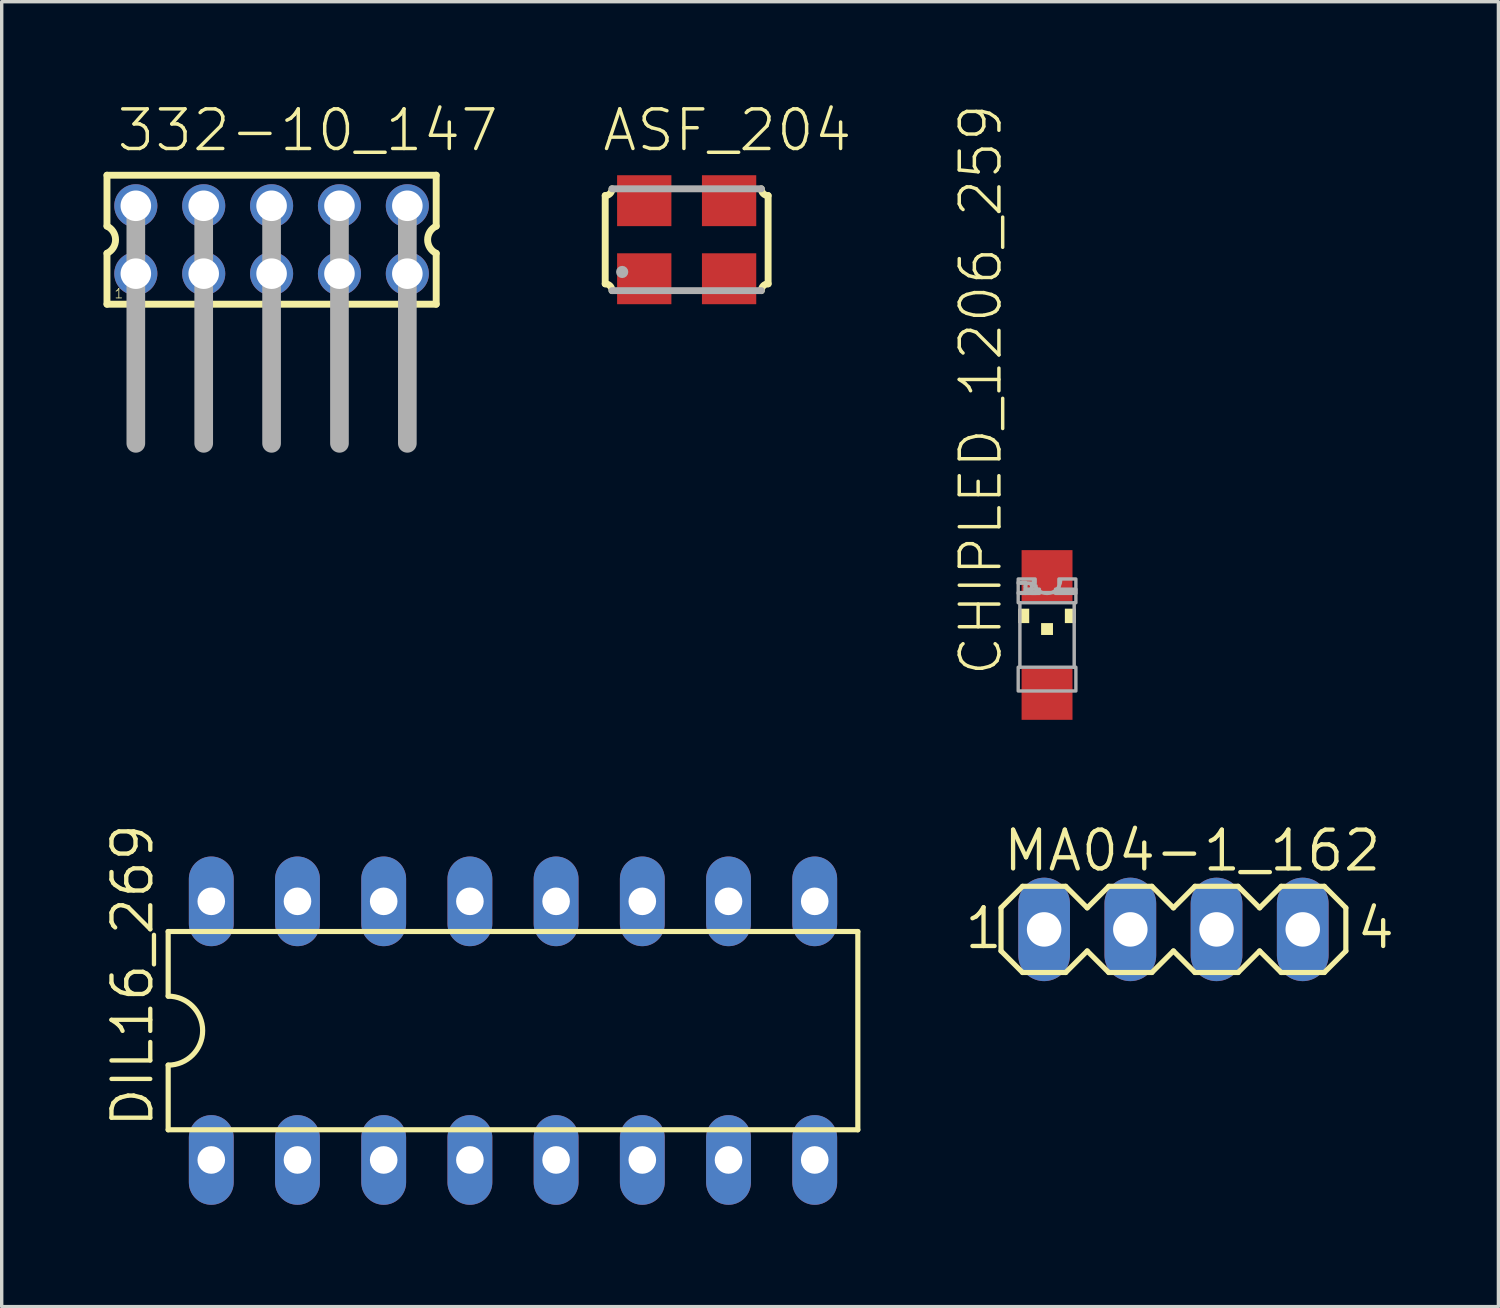
<source format=kicad_pcb>
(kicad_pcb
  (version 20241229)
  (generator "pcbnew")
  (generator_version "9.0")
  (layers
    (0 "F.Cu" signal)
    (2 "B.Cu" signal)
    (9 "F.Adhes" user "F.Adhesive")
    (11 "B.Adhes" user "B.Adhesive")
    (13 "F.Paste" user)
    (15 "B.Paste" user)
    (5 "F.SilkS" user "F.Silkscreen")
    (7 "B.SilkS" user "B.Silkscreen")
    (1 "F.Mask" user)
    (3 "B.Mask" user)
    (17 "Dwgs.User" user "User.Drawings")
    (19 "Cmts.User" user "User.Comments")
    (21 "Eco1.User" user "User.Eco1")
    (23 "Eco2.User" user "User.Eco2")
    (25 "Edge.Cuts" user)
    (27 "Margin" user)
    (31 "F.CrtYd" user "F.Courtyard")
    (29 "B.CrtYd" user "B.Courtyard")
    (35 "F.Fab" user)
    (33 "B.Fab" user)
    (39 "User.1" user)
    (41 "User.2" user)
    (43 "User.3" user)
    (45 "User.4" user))
  (footprint "DIL16_269"
    (layer "F.Cu")
    (at 12.065 27.317)
    (property "Reference" "DIL16_269" (at -10.541 2.921 90) (unlocked yes) (layer "F.SilkS") (effects (font (size 1.143 1.143) (thickness 0.127)) (justify left bottom)))
    (fp_line (start -10.16 -2.921) (end -10.16 -1.016) (stroke (width 0.152) (type solid)) (layer "F.SilkS"))
    (fp_line (start -10.16 2.921) (end -10.16 1.016) (stroke (width 0.152) (type solid)) (layer "F.SilkS"))
    (fp_line (start -10.16 2.921) (end 10.16 2.921) (stroke (width 0.152) (type solid)) (layer "F.SilkS"))
    (fp_line (start 10.16 -2.921) (end -10.16 -2.921) (stroke (width 0.152) (type solid)) (layer "F.SilkS"))
    (fp_line (start 10.16 -2.921) (end 10.16 2.921) (stroke (width 0.152) (type solid)) (layer "F.SilkS"))
    (fp_arc (start -10.16 -1.016) (mid -9.144 0) (end -10.16 1.016) (stroke (width 0.1524) (type solid)) (layer "F.SilkS"))
    (pad "1" thru_hole oval (at -8.89 3.81 90) (size 2.642 1.321) (drill 0.813) (layers "*.Cu" "*.Mask"))
    (pad "2" thru_hole oval (at -6.35 3.81 90) (size 2.642 1.321) (drill 0.813) (layers "*.Cu" "*.Mask"))
    (pad "3" thru_hole oval (at -3.81 3.81 90) (size 2.642 1.321) (drill 0.813) (layers "*.Cu" "*.Mask"))
    (pad "4" thru_hole oval (at -1.27 3.81 90) (size 2.642 1.321) (drill 0.813) (layers "*.Cu" "*.Mask"))
    (pad "5" thru_hole oval (at 1.27 3.81 90) (size 2.642 1.321) (drill 0.813) (layers "*.Cu" "*.Mask"))
    (pad "6" thru_hole oval (at 3.81 3.81 90) (size 2.642 1.321) (drill 0.813) (layers "*.Cu" "*.Mask"))
    (pad "7" thru_hole oval (at 6.35 3.81 90) (size 2.642 1.321) (drill 0.813) (layers "*.Cu" "*.Mask"))
    (pad "8" thru_hole oval (at 8.89 3.81 90) (size 2.642 1.321) (drill 0.813) (layers "*.Cu" "*.Mask"))
    (pad "9" thru_hole oval (at 8.89 -3.81 90) (size 2.642 1.321) (drill 0.813) (layers "*.Cu" "*.Mask"))
    (pad "10" thru_hole oval (at 6.35 -3.81 90) (size 2.642 1.321) (drill 0.813) (layers "*.Cu" "*.Mask"))
    (pad "11" thru_hole oval (at 3.81 -3.81 90) (size 2.642 1.321) (drill 0.813) (layers "*.Cu" "*.Mask"))
    (pad "12" thru_hole oval (at 1.27 -3.81 90) (size 2.642 1.321) (drill 0.813) (layers "*.Cu" "*.Mask"))
    (pad "13" thru_hole oval (at -1.27 -3.81 90) (size 2.642 1.321) (drill 0.813) (layers "*.Cu" "*.Mask"))
    (pad "14" thru_hole oval (at -3.81 -3.81 90) (size 2.642 1.321) (drill 0.813) (layers "*.Cu" "*.Mask"))
    (pad "15" thru_hole oval (at -6.35 -3.81 90) (size 2.642 1.321) (drill 0.813) (layers "*.Cu" "*.Mask"))
    (pad "16" thru_hole oval (at -8.89 -3.81 90) (size 2.642 1.321) (drill 0.813) (layers "*.Cu" "*.Mask")))
  (footprint "MA04-1_162"
    (layer "F.Cu")
    (at 31.524 24.334)
    (property "Reference" "MA04-1_162" (at -5.08 -1.651 0) (unlocked yes) (layer "F.SilkS") (effects (font (size 1.143 1.143) (thickness 0.127)) (justify left bottom)))
    (fp_line (start -5.08 -0.635) (end -5.08 0.635) (stroke (width 0.152) (type solid)) (layer "F.SilkS"))
    (fp_line (start -5.08 0.635) (end -4.445 1.27) (stroke (width 0.152) (type solid)) (layer "F.SilkS"))
    (fp_line (start -4.445 -1.27) (end -5.08 -0.635) (stroke (width 0.152) (type solid)) (layer "F.SilkS"))
    (fp_line (start -4.445 -1.27) (end -3.175 -1.27) (stroke (width 0.152) (type solid)) (layer "F.SilkS"))
    (fp_line (start -3.175 -1.27) (end -2.54 -0.635) (stroke (width 0.152) (type solid)) (layer "F.SilkS"))
    (fp_line (start -3.175 1.27) (end -4.445 1.27) (stroke (width 0.152) (type solid)) (layer "F.SilkS"))
    (fp_line (start -2.54 -0.635) (end -1.905 -1.27) (stroke (width 0.152) (type solid)) (layer "F.SilkS"))
    (fp_line (start -2.54 0.635) (end -3.175 1.27) (stroke (width 0.152) (type solid)) (layer "F.SilkS"))
    (fp_line (start -1.905 -1.27) (end -0.635 -1.27) (stroke (width 0.152) (type solid)) (layer "F.SilkS"))
    (fp_line (start -1.905 1.27) (end -2.54 0.635) (stroke (width 0.152) (type solid)) (layer "F.SilkS"))
    (fp_line (start -0.635 -1.27) (end 0 -0.635) (stroke (width 0.152) (type solid)) (layer "F.SilkS"))
    (fp_line (start -0.635 1.27) (end -1.905 1.27) (stroke (width 0.152) (type solid)) (layer "F.SilkS"))
    (fp_line (start 0 -0.635) (end 0.635 -1.27) (stroke (width 0.152) (type solid)) (layer "F.SilkS"))
    (fp_line (start 0 0.635) (end -0.635 1.27) (stroke (width 0.152) (type solid)) (layer "F.SilkS"))
    (fp_line (start 0.635 -1.27) (end 1.905 -1.27) (stroke (width 0.152) (type solid)) (layer "F.SilkS"))
    (fp_line (start 0.635 1.27) (end 0 0.635) (stroke (width 0.152) (type solid)) (layer "F.SilkS"))
    (fp_line (start 1.905 -1.27) (end 2.54 -0.635) (stroke (width 0.152) (type solid)) (layer "F.SilkS"))
    (fp_line (start 1.905 1.27) (end 0.635 1.27) (stroke (width 0.152) (type solid)) (layer "F.SilkS"))
    (fp_line (start 2.54 0.635) (end 1.905 1.27) (stroke (width 0.152) (type solid)) (layer "F.SilkS"))
    (fp_line (start 2.54 0.635) (end 3.175 1.27) (stroke (width 0.152) (type solid)) (layer "F.SilkS"))
    (fp_line (start 3.175 -1.27) (end 2.54 -0.635) (stroke (width 0.152) (type solid)) (layer "F.SilkS"))
    (fp_line (start 3.175 -1.27) (end 4.445 -1.27) (stroke (width 0.152) (type solid)) (layer "F.SilkS"))
    (fp_line (start 4.445 -1.27) (end 5.08 -0.635) (stroke (width 0.152) (type solid)) (layer "F.SilkS"))
    (fp_line (start 4.445 1.27) (end 3.175 1.27) (stroke (width 0.152) (type solid)) (layer "F.SilkS"))
    (fp_line (start 5.08 -0.635) (end 5.08 0.635) (stroke (width 0.152) (type solid)) (layer "F.SilkS"))
    (fp_line (start 5.08 0.635) (end 4.445 1.27) (stroke (width 0.152) (type solid)) (layer "F.SilkS"))
    (fp_poly (pts (xy -4.064 0.254) (xy -3.556 0.254) (xy -3.556 -0.254) (xy -4.064 -0.254)) (stroke (width 0.1) (type default)) (fill no) (layer "F.Fab"))
    (fp_poly (pts (xy -1.524 0.254) (xy -1.016 0.254) (xy -1.016 -0.254) (xy -1.524 -0.254)) (stroke (width 0.1) (type default)) (fill no) (layer "F.Fab"))
    (fp_poly (pts (xy 1.016 0.254) (xy 1.524 0.254) (xy 1.524 -0.254) (xy 1.016 -0.254)) (stroke (width 0.1) (type default)) (fill no) (layer "F.Fab"))
    (fp_poly (pts (xy 3.556 0.254) (xy 4.064 0.254) (xy 4.064 -0.254) (xy 3.556 -0.254)) (stroke (width 0.1) (type default)) (fill no) (layer "F.Fab"))
    (fp_text user "1" (at -6.223 0.635 0) (unlocked yes) (layer "F.SilkS") (effects (font (size 1.143 1.143) (thickness 0.127)) (justify left bottom)))
    (fp_text user "4" (at 5.334 0.635 0) (unlocked yes) (layer "F.SilkS") (effects (font (size 1.143 1.143) (thickness 0.127)) (justify left bottom)))
    (pad "1" thru_hole oval (at -3.81 0 90) (size 3.048 1.524) (drill 1.016) (layers "*.Cu" "*.Mask"))
    (pad "2" thru_hole oval (at -1.27 0 90) (size 3.048 1.524) (drill 1.016) (layers "*.Cu" "*.Mask"))
    (pad "3" thru_hole oval (at 1.27 0 90) (size 3.048 1.524) (drill 1.016) (layers "*.Cu" "*.Mask"))
    (pad "4" thru_hole oval (at 3.81 0 90) (size 3.048 1.524) (drill 1.016) (layers "*.Cu" "*.Mask")))
  (footprint "CHIPLED_1206_259"
    (layer "F.Cu")
    (at 27.8 15.659)
    (property "Reference" "CHIPLED_1206_259" (at -1.27 1.27 90) (unlocked yes) (layer "F.SilkS") (effects (font (size 1.168 1.168) (thickness 0.102)) (justify left bottom)))
    (fp_poly (pts (xy -0.85 -0.35) (xy -0.525 -0.35) (xy -0.525 -0.775) (xy -0.85 -0.775)) (stroke (width 0) (type default)) (fill yes) (layer "F.SilkS"))
    (fp_poly (pts (xy -0.175 0) (xy 0.175 0) (xy 0.175 -0.35) (xy -0.175 -0.35)) (stroke (width 0) (type default)) (fill yes) (layer "F.SilkS"))
    (fp_poly (pts (xy 0.525 -0.35) (xy 0.85 -0.35) (xy 0.85 -0.775) (xy 0.525 -0.775)) (stroke (width 0) (type default)) (fill yes) (layer "F.SilkS"))
    (fp_line (start -0.8 0.95) (end -0.8 -0.95) (stroke (width 0.102) (type solid)) (layer "F.Fab"))
    (fp_line (start 0.8 -0.95) (end 0.8 0.95) (stroke (width 0.102) (type solid)) (layer "F.Fab"))
    (fp_arc (start 0.4 -1.599998) (mid -0.000001 -1.224968) (end -0.4 -1.6) (stroke (width 0.1016) (type solid)) (layer "F.Fab"))
    (fp_circle (center -0.55 -1.425) (end -0.45 -1.425) (stroke (width 0.102) (type solid)) (fill no) (layer "F.Fab"))
    (fp_poly (pts (xy -0.85 -1.525) (xy -0.35 -1.525) (xy -0.35 -1.65) (xy -0.85 -1.65)) (stroke (width 0.1) (type default)) (fill no) (layer "F.Fab"))
    (fp_poly (pts (xy -0.85 -1.225) (xy -0.625 -1.225) (xy -0.625 -1.55) (xy -0.85 -1.55)) (stroke (width 0.1) (type default)) (fill no) (layer "F.Fab"))
    (fp_poly (pts (xy -0.85 -0.95) (xy 0.85 -0.95) (xy 0.85 -1.25) (xy -0.85 -1.25)) (stroke (width 0.1) (type default)) (fill no) (layer "F.Fab"))
    (fp_poly (pts (xy -0.85 1.65) (xy 0.85 1.65) (xy 0.85 0.95) (xy -0.85 0.95)) (stroke (width 0.1) (type default)) (fill no) (layer "F.Fab"))
    (fp_poly (pts (xy -0.65 -1.225) (xy -0.225 -1.225) (xy -0.225 -1.35) (xy -0.65 -1.35)) (stroke (width 0.1) (type default)) (fill no) (layer "F.Fab"))
    (fp_poly (pts (xy -0.45 -1.225) (xy -0.325 -1.225) (xy -0.325 -1.45) (xy -0.45 -1.45)) (stroke (width 0.1) (type default)) (fill no) (layer "F.Fab"))
    (fp_poly (pts (xy 0.25 -1.225) (xy 0.85 -1.225) (xy 0.85 -1.35) (xy 0.25 -1.35)) (stroke (width 0.1) (type default)) (fill no) (layer "F.Fab"))
    (fp_poly (pts (xy 0.35 -1.3) (xy 0.85 -1.3) (xy 0.85 -1.65) (xy 0.35 -1.65)) (stroke (width 0.1) (type default)) (fill no) (layer "F.Fab"))
    (pad "A" smd rect (at 0 1.75) (size 1.5 1.5) (layers "F.Cu" "F.Mask" "F.Paste"))
    (pad "C" smd rect (at 0 -1.75) (size 1.5 1.5) (layers "F.Cu" "F.Mask" "F.Paste")))
  (footprint "ASF_204"
    (layer "F.Cu")
    (at 17.182 4.013)
    (property "Reference" "ASF_204" (at -2.54 -2.54 0) (unlocked yes) (layer "F.SilkS") (effects (font (size 1.168 1.168) (thickness 0.102)) (justify left bottom)))
    (fp_line (start -2.4 1.3) (end -2.4 -1.3) (stroke (width 0.203) (type solid)) (layer "F.SilkS"))
    (fp_line (start 2.4 -1.3) (end 2.4 1.3) (stroke (width 0.203) (type solid)) (layer "F.SilkS"))
    (fp_arc (start -2.4 1.3) (mid -2.258579 1.358579) (end -2.2 1.5) (stroke (width 0.2032) (type solid)) (layer "F.SilkS"))
    (fp_arc (start -2.2 -1.5) (mid -2.258579 -1.358579) (end -2.4 -1.3) (stroke (width 0.2032) (type solid)) (layer "F.SilkS"))
    (fp_arc (start 2.2 1.5) (mid 2.258579 1.358579) (end 2.4 1.3) (stroke (width 0.2032) (type solid)) (layer "F.SilkS"))
    (fp_arc (start 2.4 -1.3) (mid 2.258579 -1.358579) (end 2.2 -1.5) (stroke (width 0.2032) (type solid)) (layer "F.SilkS"))
    (fp_line (start -2.2 -1.5) (end 2.2 -1.5) (stroke (width 0.203) (type solid)) (layer "F.Fab"))
    (fp_line (start 2.2 1.5) (end -2.2 1.5) (stroke (width 0.203) (type solid)) (layer "F.Fab"))
    (fp_circle (center -1.9 0.95) (end -1.81 0.95) (stroke (width 0.18) (type solid)) (fill no) (layer "F.Fab"))
    (pad "1" smd rect (at -1.25 1.15) (size 1.6 1.5) (layers "F.Cu" "F.Mask" "F.Paste"))
    (pad "2" smd rect (at 1.25 1.15) (size 1.6 1.5) (layers "F.Cu" "F.Mask" "F.Paste"))
    (pad "3" smd rect (at 1.25 -1.15 180) (size 1.6 1.5) (layers "F.Cu" "F.Mask" "F.Paste"))
    (pad "4" smd rect (at -1.25 -1.15 180) (size 1.6 1.5) (layers "F.Cu" "F.Mask" "F.Paste")))
  (footprint "332-10_147"
    (layer "F.Cu")
    (at 4.952 4.013)
    (property "Reference" "332-10_147" (at -4.62 -2.54 0) (unlocked yes) (layer "F.SilkS") (effects (font (size 1.168 1.168) (thickness 0.102)) (justify left bottom)))
    (fp_line (start -4.85 -1.9) (end -4.85 -0.4) (stroke (width 0.203) (type solid)) (layer "F.SilkS"))
    (fp_line (start -4.85 0.4) (end -4.85 1.9) (stroke (width 0.203) (type solid)) (layer "F.SilkS"))
    (fp_line (start -4.85 1.9) (end 4.85 1.9) (stroke (width 0.203) (type solid)) (layer "F.SilkS"))
    (fp_line (start 4.85 -1.9) (end -4.85 -1.9) (stroke (width 0.203) (type solid)) (layer "F.SilkS"))
    (fp_line (start 4.85 -0.4) (end 4.85 -1.9) (stroke (width 0.203) (type solid)) (layer "F.SilkS"))
    (fp_line (start 4.85 1.9) (end 4.85 0.4) (stroke (width 0.203) (type solid)) (layer "F.SilkS"))
    (fp_arc (start -4.85 -0.4) (mid -4.597167 0) (end -4.85 0.4) (stroke (width 0.2032) (type solid)) (layer "F.SilkS"))
    (fp_arc (start 4.85 0.4) (mid 4.597167 0) (end 4.85 -0.4) (stroke (width 0.2032) (type solid)) (layer "F.SilkS"))
    (fp_line (start -4 -1) (end -4 6) (stroke (width 0.55) (type solid)) (layer "F.Fab"))
    (fp_line (start -2 -1) (end -2 6) (stroke (width 0.55) (type solid)) (layer "F.Fab"))
    (fp_line (start 0 -1) (end 0 6) (stroke (width 0.55) (type solid)) (layer "F.Fab"))
    (fp_line (start 2 -1) (end 2 6) (stroke (width 0.55) (type solid)) (layer "F.Fab"))
    (fp_line (start 4 -1) (end 4 6) (stroke (width 0.55) (type solid)) (layer "F.Fab"))
    (fp_poly (pts (xy -4.25 -0.75) (xy -3.75 -0.75) (xy -3.75 -1.25) (xy -4.25 -1.25)) (stroke (width 0.1) (type default)) (fill no) (layer "F.Fab"))
    (fp_poly (pts (xy -4.25 1.25) (xy -3.75 1.25) (xy -3.75 0.75) (xy -4.25 0.75)) (stroke (width 0.1) (type default)) (fill no) (layer "F.Fab"))
    (fp_poly (pts (xy -2.25 -0.75) (xy -1.75 -0.75) (xy -1.75 -1.25) (xy -2.25 -1.25)) (stroke (width 0.1) (type default)) (fill no) (layer "F.Fab"))
    (fp_poly (pts (xy -2.25 1.25) (xy -1.75 1.25) (xy -1.75 0.75) (xy -2.25 0.75)) (stroke (width 0.1) (type default)) (fill no) (layer "F.Fab"))
    (fp_poly (pts (xy -0.25 -0.75) (xy 0.25 -0.75) (xy 0.25 -1.25) (xy -0.25 -1.25)) (stroke (width 0.1) (type default)) (fill no) (layer "F.Fab"))
    (fp_poly (pts (xy -0.25 1.25) (xy 0.25 1.25) (xy 0.25 0.75) (xy -0.25 0.75)) (stroke (width 0.1) (type default)) (fill no) (layer "F.Fab"))
    (fp_poly (pts (xy 1.75 -0.75) (xy 2.25 -0.75) (xy 2.25 -1.25) (xy 1.75 -1.25)) (stroke (width 0.1) (type default)) (fill no) (layer "F.Fab"))
    (fp_poly (pts (xy 1.75 1.25) (xy 2.25 1.25) (xy 2.25 0.75) (xy 1.75 0.75)) (stroke (width 0.1) (type default)) (fill no) (layer "F.Fab"))
    (fp_poly (pts (xy 3.75 -0.75) (xy 4.25 -0.75) (xy 4.25 -1.25) (xy 3.75 -1.25)) (stroke (width 0.1) (type default)) (fill no) (layer "F.Fab"))
    (fp_poly (pts (xy 3.75 1.25) (xy 4.25 1.25) (xy 4.25 0.75) (xy 3.75 0.75)) (stroke (width 0.1) (type default)) (fill no) (layer "F.Fab"))
    (fp_text user "1" (at -4.65 1.75 0) (unlocked yes) (layer "F.SilkS") (effects (font (size 0.28 0.28) (thickness 0.024)) (justify left bottom)))
    (pad "1" thru_hole circle (at -4 1) (size 1.27 1.27) (drill 0.9) (layers "*.Cu" "*.Mask"))
    (pad "2" thru_hole circle (at -4 -1) (size 1.27 1.27) (drill 0.9) (layers "*.Cu" "*.Mask"))
    (pad "3" thru_hole circle (at -2 1) (size 1.27 1.27) (drill 0.9) (layers "*.Cu" "*.Mask"))
    (pad "4" thru_hole circle (at -2 -1) (size 1.27 1.27) (drill 0.9) (layers "*.Cu" "*.Mask"))
    (pad "5" thru_hole circle (at 0 1) (size 1.27 1.27) (drill 0.9) (layers "*.Cu" "*.Mask"))
    (pad "6" thru_hole circle (at 0 -1) (size 1.27 1.27) (drill 0.9) (layers "*.Cu" "*.Mask"))
    (pad "7" thru_hole circle (at 2 1) (size 1.27 1.27) (drill 0.9) (layers "*.Cu" "*.Mask"))
    (pad "8" thru_hole circle (at 2 -1) (size 1.27 1.27) (drill 0.9) (layers "*.Cu" "*.Mask"))
    (pad "9" thru_hole circle (at 4 1) (size 1.27 1.27) (drill 0.9) (layers "*.Cu" "*.Mask"))
    (pad "10" thru_hole circle (at 4 -1) (size 1.27 1.27) (drill 0.9) (layers "*.Cu" "*.Mask")))
  (gr_rect
    (start -3 -3)
    (end 41.099 35.448)
    (stroke (width 0.1) (type default))
    (fill no)
    (layer "Edge.Cuts")))
</source>
